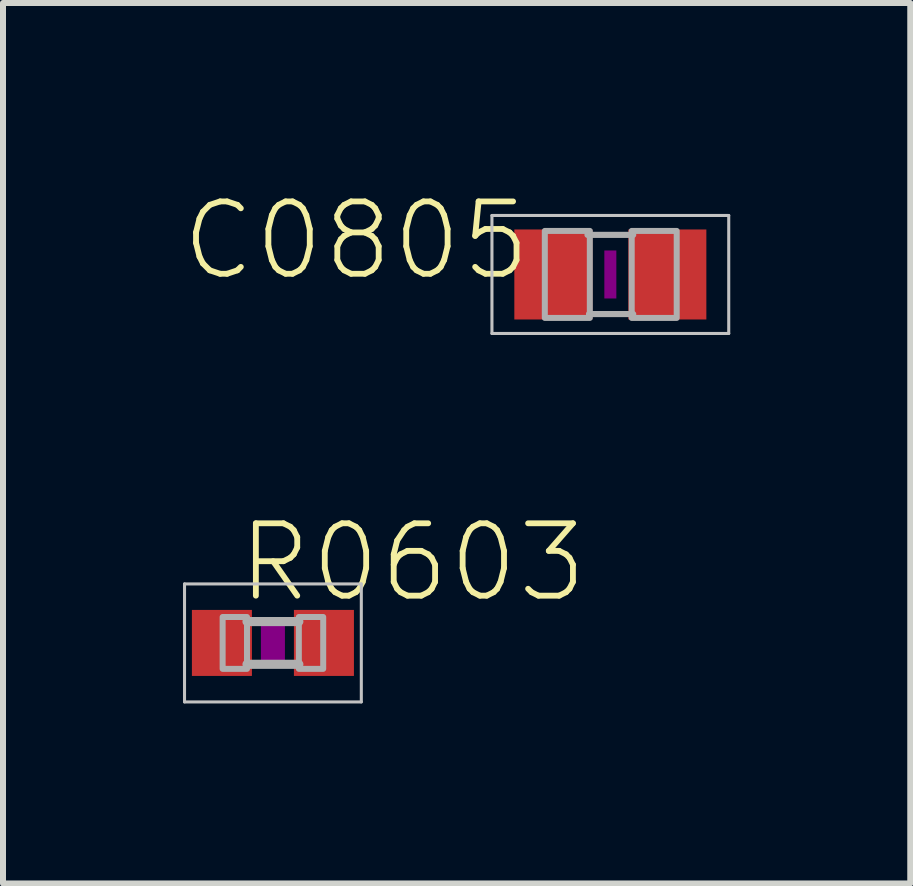
<source format=kicad_pcb>
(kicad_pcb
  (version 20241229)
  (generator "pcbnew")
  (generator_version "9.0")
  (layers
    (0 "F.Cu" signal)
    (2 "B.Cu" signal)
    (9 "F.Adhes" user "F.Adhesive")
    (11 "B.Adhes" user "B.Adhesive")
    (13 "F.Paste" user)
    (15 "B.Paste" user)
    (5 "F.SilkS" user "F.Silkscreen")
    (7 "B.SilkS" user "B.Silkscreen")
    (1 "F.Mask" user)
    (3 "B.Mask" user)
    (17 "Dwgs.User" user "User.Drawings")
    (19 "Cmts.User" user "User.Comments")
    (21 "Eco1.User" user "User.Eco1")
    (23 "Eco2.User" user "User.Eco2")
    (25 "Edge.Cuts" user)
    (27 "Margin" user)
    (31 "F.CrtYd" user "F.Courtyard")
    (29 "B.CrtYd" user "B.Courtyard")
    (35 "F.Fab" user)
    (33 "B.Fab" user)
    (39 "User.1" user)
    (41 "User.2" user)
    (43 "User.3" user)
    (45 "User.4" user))
  (footprint "C0805"
    (layer "F.Cu")
    (at 7.121 1.524)
    (property "Reference" "C0805" (at -1.27 -1.27 180) (layer "F.SilkS") (effects (font (size 1.206 1.206) (thickness 0.097)) (justify right top)))
    (attr through_hole)
    (fp_poly (pts (xy -0.1 0.4) (xy 0.1 0.4) (xy 0.1 -0.4) (xy -0.1 -0.4)) (stroke (width 0) (type solid)) (fill yes) (layer "F.Adhes"))
    (fp_line (start -1.973 -0.983) (end 1.973 -0.983) (stroke (width 0.051) (type solid)) (layer "Dwgs.User"))
    (fp_line (start -1.973 0.983) (end -1.973 -0.983) (stroke (width 0.051) (type solid)) (layer "Dwgs.User"))
    (fp_line (start 1.973 -0.983) (end 1.973 0.983) (stroke (width 0.051) (type solid)) (layer "Dwgs.User"))
    (fp_line (start 1.973 0.983) (end -1.973 0.983) (stroke (width 0.051) (type solid)) (layer "Dwgs.User"))
    (fp_line (start -0.381 -0.66) (end 0.381 -0.66) (stroke (width 0.102) (type solid)) (layer "F.Fab"))
    (fp_line (start -0.356 0.66) (end 0.381 0.66) (stroke (width 0.102) (type solid)) (layer "F.Fab"))
    (fp_poly (pts (xy -1.092 0.724) (xy -0.342 0.724) (xy -0.342 -0.726) (xy -1.092 -0.726)) (stroke (width 0.1) (type solid)) (fill no) (layer "F.Fab"))
    (fp_poly (pts (xy 0.356 0.724) (xy 1.106 0.724) (xy 1.106 -0.726) (xy 0.356 -0.726)) (stroke (width 0.1) (type solid)) (fill no) (layer "F.Fab"))
    (pad "1" smd rect (at -0.95 0) (size 1.3 1.5) (layers "F.Cu" "F.Mask" "F.Paste"))
    (pad "2" smd rect (at 0.95 0) (size 1.3 1.5) (layers "F.Cu" "F.Mask" "F.Paste")))
  (footprint "R0603"
    (layer "F.Cu")
    (at 1.498 7.664)
    (property "Reference" "R0603" (at -0.635 -0.635 0) (layer "F.SilkS") (effects (font (size 1.206 1.206) (thickness 0.097)) (justify left bottom)))
    (attr through_hole)
    (fp_poly (pts (xy -0.2 0.4) (xy 0.2 0.4) (xy 0.2 -0.4) (xy -0.2 -0.4)) (stroke (width 0) (type solid)) (fill yes) (layer "F.Adhes"))
    (fp_line (start -1.473 -0.983) (end 1.473 -0.983) (stroke (width 0.051) (type solid)) (layer "Dwgs.User"))
    (fp_line (start -1.473 0.983) (end -1.473 -0.983) (stroke (width 0.051) (type solid)) (layer "Dwgs.User"))
    (fp_line (start 1.473 -0.983) (end 1.473 0.983) (stroke (width 0.051) (type solid)) (layer "Dwgs.User"))
    (fp_line (start 1.473 0.983) (end -1.473 0.983) (stroke (width 0.051) (type solid)) (layer "Dwgs.User"))
    (fp_line (start -0.432 0.356) (end 0.432 0.356) (stroke (width 0.152) (type solid)) (layer "F.Fab"))
    (fp_line (start 0.432 -0.356) (end -0.432 -0.356) (stroke (width 0.152) (type solid)) (layer "F.Fab"))
    (fp_poly (pts (xy -0.838 0.432) (xy -0.432 0.432) (xy -0.432 -0.432) (xy -0.838 -0.432)) (stroke (width 0.1) (type solid)) (fill no) (layer "F.Fab"))
    (fp_poly (pts (xy 0.432 0.432) (xy 0.838 0.432) (xy 0.838 -0.432) (xy 0.432 -0.432)) (stroke (width 0.1) (type solid)) (fill no) (layer "F.Fab"))
    (pad "1" smd rect (at -0.85 0) (size 1 1.1) (layers "F.Cu" "F.Mask" "F.Paste"))
    (pad "2" smd rect (at 0.85 0) (size 1 1.1) (layers "F.Cu" "F.Mask" "F.Paste")))
  (gr_rect
    (start -3 -3)
    (end 12.119 11.672)
    (stroke (width 0.1) (type default))
    (fill no)
    (layer "Edge.Cuts")))
</source>
